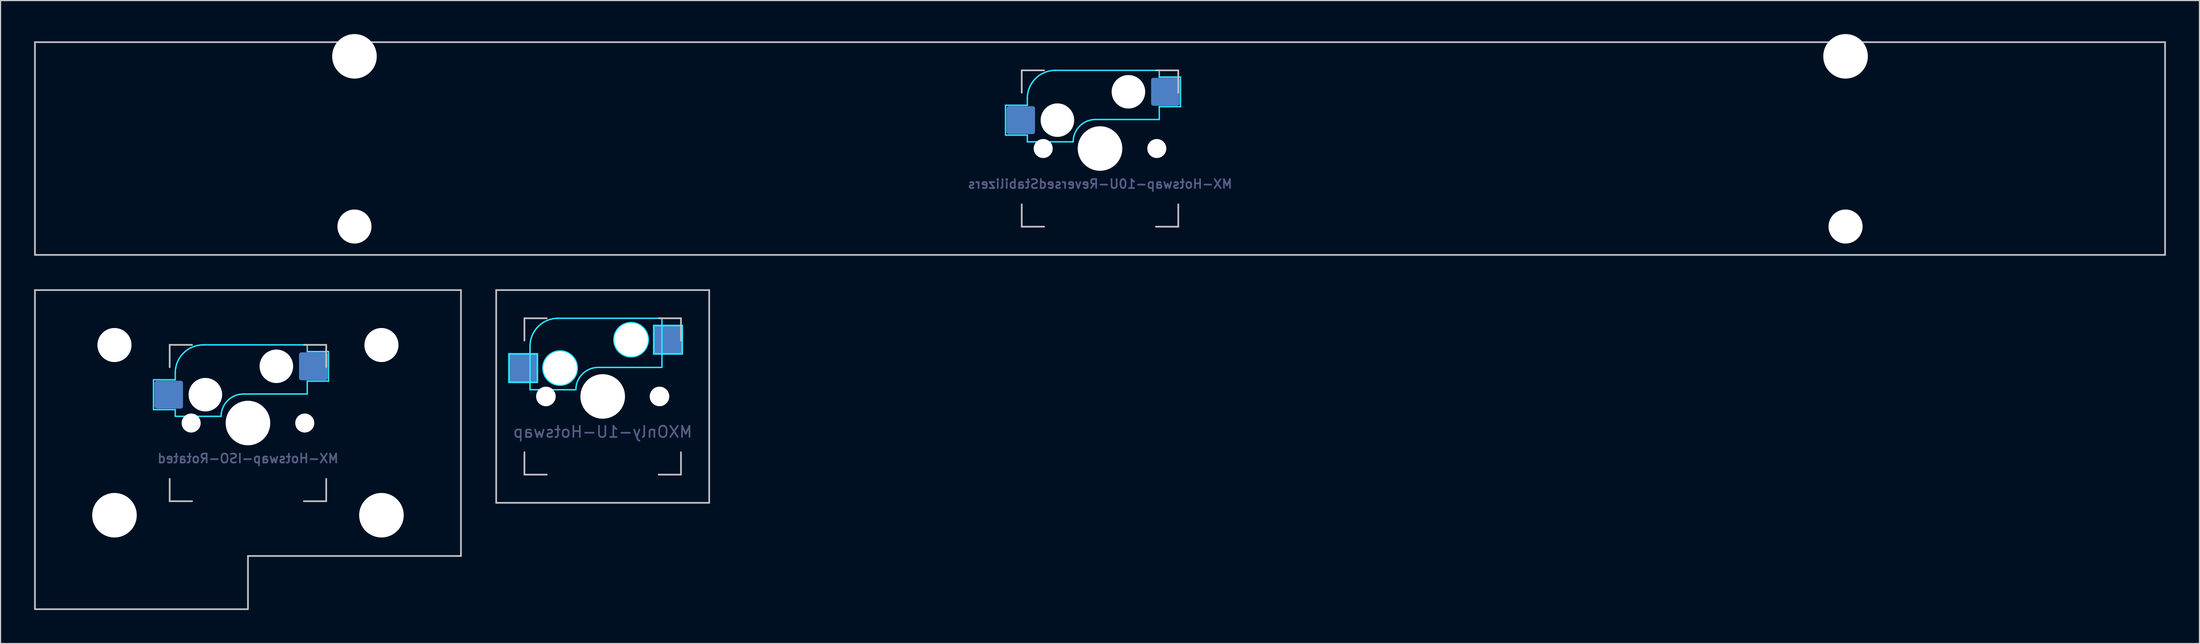
<source format=kicad_pcb>
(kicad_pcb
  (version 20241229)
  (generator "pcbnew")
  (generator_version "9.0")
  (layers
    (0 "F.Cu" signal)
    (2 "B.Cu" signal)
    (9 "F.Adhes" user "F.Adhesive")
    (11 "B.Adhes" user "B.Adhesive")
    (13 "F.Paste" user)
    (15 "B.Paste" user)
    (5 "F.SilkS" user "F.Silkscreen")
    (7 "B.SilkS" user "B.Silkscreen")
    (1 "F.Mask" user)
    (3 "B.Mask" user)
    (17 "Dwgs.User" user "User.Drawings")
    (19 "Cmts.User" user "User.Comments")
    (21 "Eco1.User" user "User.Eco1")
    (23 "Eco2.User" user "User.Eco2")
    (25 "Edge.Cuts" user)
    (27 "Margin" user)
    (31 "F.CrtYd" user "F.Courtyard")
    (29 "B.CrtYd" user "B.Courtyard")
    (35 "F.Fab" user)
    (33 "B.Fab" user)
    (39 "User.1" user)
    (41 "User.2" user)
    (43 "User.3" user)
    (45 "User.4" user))
  (footprint "MXOnly-1U-Hotswap"
    (layer "F.Cu")
    (at 50.85 32.449)
    (property "Reference" "MXOnly-1U-Hotswap" (at 0 3.175 0) (layer "B.Fab") (effects (font (size 1 1) (thickness 0.15)) (justify mirror)))
    (attr smd)
    (fp_line (start -9.525 -9.525) (end 9.525 -9.525) (stroke (width 0.15) (type solid)) (layer "Dwgs.User"))
    (fp_line (start -9.525 9.525) (end -9.525 -9.525) (stroke (width 0.15) (type solid)) (layer "Dwgs.User"))
    (fp_line (start -7 -7) (end -7 -5) (stroke (width 0.15) (type solid)) (layer "Dwgs.User"))
    (fp_line (start -7 5) (end -7 7) (stroke (width 0.15) (type solid)) (layer "Dwgs.User"))
    (fp_line (start -7 7) (end -5 7) (stroke (width 0.15) (type solid)) (layer "Dwgs.User"))
    (fp_line (start -5 -7) (end -7 -7) (stroke (width 0.15) (type solid)) (layer "Dwgs.User"))
    (fp_line (start 5 -7) (end 7 -7) (stroke (width 0.15) (type solid)) (layer "Dwgs.User"))
    (fp_line (start 5 7) (end 7 7) (stroke (width 0.15) (type solid)) (layer "Dwgs.User"))
    (fp_line (start 7 -7) (end 7 -5) (stroke (width 0.15) (type solid)) (layer "Dwgs.User"))
    (fp_line (start 7 7) (end 7 5) (stroke (width 0.15) (type solid)) (layer "Dwgs.User"))
    (fp_line (start 9.525 -9.525) (end 9.525 9.525) (stroke (width 0.15) (type solid)) (layer "Dwgs.User"))
    (fp_line (start 9.525 9.525) (end -9.525 9.525) (stroke (width 0.15) (type solid)) (layer "Dwgs.User"))
    (fp_line (start -8.382 -3.81) (end -8.382 -1.27) (stroke (width 0.15) (type solid)) (layer "B.CrtYd"))
    (fp_line (start -8.382 -1.27) (end -5.842 -1.27) (stroke (width 0.15) (type solid)) (layer "B.CrtYd"))
    (fp_line (start -6.5 -4.5) (end -6.5 -0.6) (stroke (width 0.127) (type solid)) (layer "B.CrtYd"))
    (fp_line (start -6.5 -0.6) (end -2.4 -0.6) (stroke (width 0.127) (type solid)) (layer "B.CrtYd"))
    (fp_line (start -5.842 -3.81) (end -8.382 -3.81) (stroke (width 0.15) (type solid)) (layer "B.CrtYd"))
    (fp_line (start -5.842 -1.27) (end -5.842 -3.81) (stroke (width 0.15) (type solid)) (layer "B.CrtYd"))
    (fp_line (start -0.4 -2.6) (end 5.3 -2.6) (stroke (width 0.127) (type solid)) (layer "B.CrtYd"))
    (fp_line (start 4.572 -6.35) (end 7.112 -6.35) (stroke (width 0.15) (type solid)) (layer "B.CrtYd"))
    (fp_line (start 4.572 -3.81) (end 4.572 -6.35) (stroke (width 0.15) (type solid)) (layer "B.CrtYd"))
    (fp_line (start 5.3 -7) (end -4 -7) (stroke (width 0.127) (type solid)) (layer "B.CrtYd"))
    (fp_line (start 5.3 -7) (end 5.3 -2.6) (stroke (width 0.127) (type solid)) (layer "B.CrtYd"))
    (fp_line (start 7.112 -6.35) (end 7.112 -3.81) (stroke (width 0.15) (type solid)) (layer "B.CrtYd"))
    (fp_line (start 7.112 -3.81) (end 4.572 -3.81) (stroke (width 0.15) (type solid)) (layer "B.CrtYd"))
    (fp_arc (start -6.5 -4.5) (mid -5.767767 -6.267767) (end -4 -7) (stroke (width 0.127) (type solid)) (layer "B.CrtYd"))
    (fp_arc (start -2.4 -0.6) (mid -1.814214 -2.014214) (end -0.4 -2.6) (stroke (width 0.127) (type solid)) (layer "B.CrtYd"))
    (fp_circle (center -3.81 -2.54) (end -3.81 -4.064) (stroke (width 0.15) (type solid)) (fill no) (layer "B.CrtYd"))
    (fp_circle (center 2.54 -5.08) (end 2.54 -6.604) (stroke (width 0.15) (type solid)) (fill no) (layer "B.CrtYd"))
    (pad "" np_thru_hole circle (at -5.08 0 48.1) (size 1.75 1.75) (drill 1.75) (layers "*.Cu" "*.Mask"))
    (pad "" np_thru_hole circle (at -3.81 -2.54) (size 3 3) (drill 3) (layers "*.Cu" "*.Mask"))
    (pad "" np_thru_hole circle (at 0 0) (size 3.988 3.988) (drill 3.988) (layers "*.Cu" "*.Mask"))
    (pad "" np_thru_hole circle (at 2.54 -5.08) (size 3 3) (drill 3) (layers "*.Cu" "*.Mask"))
    (pad "" np_thru_hole circle (at 5.08 0 48.1) (size 1.75 1.75) (drill 1.75) (layers "*.Cu" "*.Mask"))
    (pad "1" smd rect (at -7.085 -2.54) (size 2.55 2.5) (layers "B.Cu" "B.Mask" "B.Paste"))
    (pad "2" smd rect (at 5.842 -5.08) (size 2.55 2.5) (layers "B.Cu" "B.Mask" "B.Paste")))
  (footprint "MX-Hotswap-ISO-Rotated"
    (layer "F.Cu")
    (at 19.125 34.83)
    (property "Reference" "MX-Hotswap-ISO-Rotated" (at 0 3.175 0) (layer "B.Fab") (effects (font (size 0.8 0.8) (thickness 0.15)) (justify mirror)))
    (attr smd)
    (fp_line (start -19.05 -11.906) (end 19.05 -11.906) (stroke (width 0.15) (type solid)) (layer "Dwgs.User"))
    (fp_line (start -19.05 16.669) (end -19.05 -11.906) (stroke (width 0.15) (type solid)) (layer "Dwgs.User"))
    (fp_line (start -19.05 16.669) (end 0 16.669) (stroke (width 0.15) (type solid)) (layer "Dwgs.User"))
    (fp_line (start -7 -7) (end -7 -5) (stroke (width 0.15) (type solid)) (layer "Dwgs.User"))
    (fp_line (start -7 5) (end -7 7) (stroke (width 0.15) (type solid)) (layer "Dwgs.User"))
    (fp_line (start -7 7) (end -5 7) (stroke (width 0.15) (type solid)) (layer "Dwgs.User"))
    (fp_line (start -5 -7) (end -7 -7) (stroke (width 0.15) (type solid)) (layer "Dwgs.User"))
    (fp_line (start 0 11.906) (end 0 16.669) (stroke (width 0.15) (type solid)) (layer "Dwgs.User"))
    (fp_line (start 5 -7) (end 7 -7) (stroke (width 0.15) (type solid)) (layer "Dwgs.User"))
    (fp_line (start 5 7) (end 7 7) (stroke (width 0.15) (type solid)) (layer "Dwgs.User"))
    (fp_line (start 7 -7) (end 7 -5) (stroke (width 0.15) (type solid)) (layer "Dwgs.User"))
    (fp_line (start 7 7) (end 7 5) (stroke (width 0.15) (type solid)) (layer "Dwgs.User"))
    (fp_line (start 19.05 11.906) (end 0 11.906) (stroke (width 0.15) (type solid)) (layer "Dwgs.User"))
    (fp_line (start 19.05 11.906) (end 19.05 -11.906) (stroke (width 0.15) (type solid)) (layer "Dwgs.User"))
    (fp_line (start -8.45 -3.875) (end -8.45 -1.2) (stroke (width 0.127) (type solid)) (layer "B.CrtYd"))
    (fp_line (start -8.45 -1.2) (end -6.5 -1.2) (stroke (width 0.127) (type solid)) (layer "B.CrtYd"))
    (fp_line (start -6.5 -4.5) (end -6.5 -3.875) (stroke (width 0.127) (type solid)) (layer "B.CrtYd"))
    (fp_line (start -6.5 -3.875) (end -8.45 -3.875) (stroke (width 0.127) (type solid)) (layer "B.CrtYd"))
    (fp_line (start -6.5 -0.6) (end -6.5 -1.2) (stroke (width 0.127) (type solid)) (layer "B.CrtYd"))
    (fp_line (start -6.5 -0.6) (end -2.4 -0.6) (stroke (width 0.127) (type solid)) (layer "B.CrtYd"))
    (fp_line (start -0.4 -2.6) (end 5.3 -2.6) (stroke (width 0.127) (type solid)) (layer "B.CrtYd"))
    (fp_line (start 5.3 -7) (end -4 -7) (stroke (width 0.127) (type solid)) (layer "B.CrtYd"))
    (fp_line (start 5.3 -7) (end 5.3 -6.4) (stroke (width 0.127) (type solid)) (layer "B.CrtYd"))
    (fp_line (start 5.3 -6.4) (end 7.2 -6.4) (stroke (width 0.127) (type solid)) (layer "B.CrtYd"))
    (fp_line (start 5.3 -2.6) (end 5.3 -3.75) (stroke (width 0.127) (type solid)) (layer "B.CrtYd"))
    (fp_line (start 7.2 -6.4) (end 7.2 -3.75) (stroke (width 0.127) (type solid)) (layer "B.CrtYd"))
    (fp_line (start 7.2 -3.75) (end 5.3 -3.75) (stroke (width 0.127) (type solid)) (layer "B.CrtYd"))
    (fp_arc (start -6.5 -4.5) (mid -5.767767 -6.267767) (end -4 -7) (stroke (width 0.127) (type solid)) (layer "B.CrtYd"))
    (fp_arc (start -2.4 -0.6) (mid -1.814214 -2.014214) (end -0.4 -2.6) (stroke (width 0.127) (type solid)) (layer "B.CrtYd"))
    (pad "" np_thru_hole circle (at -11.938 -6.985) (size 3.048 3.048) (drill 3.048) (layers "*.Cu" "*.Mask"))
    (pad "" np_thru_hole circle (at -11.938 8.255) (size 3.988 3.988) (drill 3.988) (layers "*.Cu" "*.Mask"))
    (pad "" np_thru_hole circle (at -5.08 0 48.099) (size 1.702 1.702) (drill 1.702) (layers "*.Cu" "*.Mask"))
    (pad "" np_thru_hole circle (at -3.81 -2.54) (size 3 3) (drill 3) (layers "*.Cu" "*.Mask"))
    (pad "" np_thru_hole circle (at 0 0) (size 3.988 3.988) (drill 3.988) (layers "*.Cu" "*.Mask"))
    (pad "" np_thru_hole circle (at 2.54 -5.08) (size 3 3) (drill 3) (layers "*.Cu" "*.Mask"))
    (pad "" np_thru_hole circle (at 5.08 0 48.099) (size 1.702 1.702) (drill 1.702) (layers "*.Cu" "*.Mask"))
    (pad "" np_thru_hole circle (at 11.938 -6.985) (size 3.048 3.048) (drill 3.048) (layers "*.Cu" "*.Mask"))
    (pad "" np_thru_hole circle (at 11.938 8.255) (size 3.988 3.988) (drill 3.988) (layers "*.Cu" "*.Mask"))
    (pad "1" smd roundrect (at -7.085 -2.54) (size 2.55 2.5) (layers "B.Cu" "B.Mask" "B.Paste") (roundrect_rratio 0.08))
    (pad "2" smd roundrect (at 5.842 -5.08) (size 2.55 2.5) (layers "B.Cu" "B.Mask" "B.Paste") (roundrect_rratio 0.08)))
  (footprint "MX-Hotswap-10U-ReversedStabilizers"
    (layer "F.Cu")
    (at 95.325 10.249)
    (property "Reference" "MX-Hotswap-10U-ReversedStabilizers" (at 0 3.175 0) (layer "B.Fab") (effects (font (size 0.8 0.8) (thickness 0.15)) (justify mirror)))
    (attr smd)
    (fp_line (start -95.25 9.525) (end -95.25 -9.525) (stroke (width 0.15) (type solid)) (layer "Dwgs.User"))
    (fp_line (start -7 -7) (end -7 -5) (stroke (width 0.15) (type solid)) (layer "Dwgs.User"))
    (fp_line (start -7 5) (end -7 7) (stroke (width 0.15) (type solid)) (layer "Dwgs.User"))
    (fp_line (start -7 7) (end -5 7) (stroke (width 0.15) (type solid)) (layer "Dwgs.User"))
    (fp_line (start -5 -7) (end -7 -7) (stroke (width 0.15) (type solid)) (layer "Dwgs.User"))
    (fp_line (start 5 -7) (end 7 -7) (stroke (width 0.15) (type solid)) (layer "Dwgs.User"))
    (fp_line (start 5 7) (end 7 7) (stroke (width 0.15) (type solid)) (layer "Dwgs.User"))
    (fp_line (start 7 -7) (end 7 -5) (stroke (width 0.15) (type solid)) (layer "Dwgs.User"))
    (fp_line (start 7 7) (end 7 5) (stroke (width 0.15) (type solid)) (layer "Dwgs.User"))
    (fp_line (start 95.25 -9.525) (end -95.25 -9.525) (stroke (width 0.15) (type solid)) (layer "Dwgs.User"))
    (fp_line (start 95.25 9.525) (end -95.25 9.525) (stroke (width 0.15) (type solid)) (layer "Dwgs.User"))
    (fp_line (start 95.25 9.525) (end 95.25 -9.525) (stroke (width 0.15) (type solid)) (layer "Dwgs.User"))
    (fp_line (start -8.45 -3.875) (end -8.45 -1.2) (stroke (width 0.127) (type solid)) (layer "B.CrtYd"))
    (fp_line (start -8.45 -1.2) (end -6.5 -1.2) (stroke (width 0.127) (type solid)) (layer "B.CrtYd"))
    (fp_line (start -6.5 -4.5) (end -6.5 -3.875) (stroke (width 0.127) (type solid)) (layer "B.CrtYd"))
    (fp_line (start -6.5 -3.875) (end -8.45 -3.875) (stroke (width 0.127) (type solid)) (layer "B.CrtYd"))
    (fp_line (start -6.5 -0.6) (end -6.5 -1.2) (stroke (width 0.127) (type solid)) (layer "B.CrtYd"))
    (fp_line (start -6.5 -0.6) (end -2.4 -0.6) (stroke (width 0.127) (type solid)) (layer "B.CrtYd"))
    (fp_line (start -0.4 -2.6) (end 5.3 -2.6) (stroke (width 0.127) (type solid)) (layer "B.CrtYd"))
    (fp_line (start 5.3 -7) (end -4 -7) (stroke (width 0.127) (type solid)) (layer "B.CrtYd"))
    (fp_line (start 5.3 -7) (end 5.3 -6.4) (stroke (width 0.127) (type solid)) (layer "B.CrtYd"))
    (fp_line (start 5.3 -6.4) (end 7.2 -6.4) (stroke (width 0.127) (type solid)) (layer "B.CrtYd"))
    (fp_line (start 5.3 -2.6) (end 5.3 -3.75) (stroke (width 0.127) (type solid)) (layer "B.CrtYd"))
    (fp_line (start 7.2 -6.4) (end 7.2 -3.75) (stroke (width 0.127) (type solid)) (layer "B.CrtYd"))
    (fp_line (start 7.2 -3.75) (end 5.3 -3.75) (stroke (width 0.127) (type solid)) (layer "B.CrtYd"))
    (fp_arc (start -6.5 -4.5) (mid -5.767767 -6.267767) (end -4 -7) (stroke (width 0.127) (type solid)) (layer "B.CrtYd"))
    (fp_arc (start -2.4 -0.6) (mid -1.814214 -2.014214) (end -0.4 -2.6) (stroke (width 0.127) (type solid)) (layer "B.CrtYd"))
    (pad "" np_thru_hole circle (at -66.675 -8.255) (size 3.988 3.988) (drill 3.988) (layers "*.Cu" "*.Mask"))
    (pad "" np_thru_hole circle (at -66.675 6.985) (size 3.048 3.048) (drill 3.048) (layers "*.Cu" "*.Mask"))
    (pad "" np_thru_hole circle (at -5.08 0 48.099) (size 1.702 1.702) (drill 1.702) (layers "*.Cu" "*.Mask"))
    (pad "" np_thru_hole circle (at -3.81 -2.54) (size 3 3) (drill 3) (layers "*.Cu" "*.Mask"))
    (pad "" np_thru_hole circle (at 0 0) (size 3.988 3.988) (drill 3.988) (layers "*.Cu" "*.Mask"))
    (pad "" np_thru_hole circle (at 2.54 -5.08) (size 3 3) (drill 3) (layers "*.Cu" "*.Mask"))
    (pad "" np_thru_hole circle (at 5.08 0 48.099) (size 1.702 1.702) (drill 1.702) (layers "*.Cu" "*.Mask"))
    (pad "" np_thru_hole circle (at 66.675 -8.255) (size 3.988 3.988) (drill 3.988) (layers "*.Cu" "*.Mask"))
    (pad "" np_thru_hole circle (at 66.675 6.985) (size 3.048 3.048) (drill 3.048) (layers "*.Cu" "*.Mask"))
    (pad "1" smd roundrect (at -7.085 -2.54) (size 2.55 2.5) (layers "B.Cu" "B.Mask" "B.Paste") (roundrect_rratio 0.08))
    (pad "2" smd roundrect (at 5.842 -5.08) (size 2.55 2.5) (layers "B.Cu" "B.Mask" "B.Paste") (roundrect_rratio 0.08)))
  (gr_rect
    (start -3 -3)
    (end 193.65 54.574)
    (stroke (width 0.1) (type default))
    (fill no)
    (layer "Edge.Cuts")))
</source>
